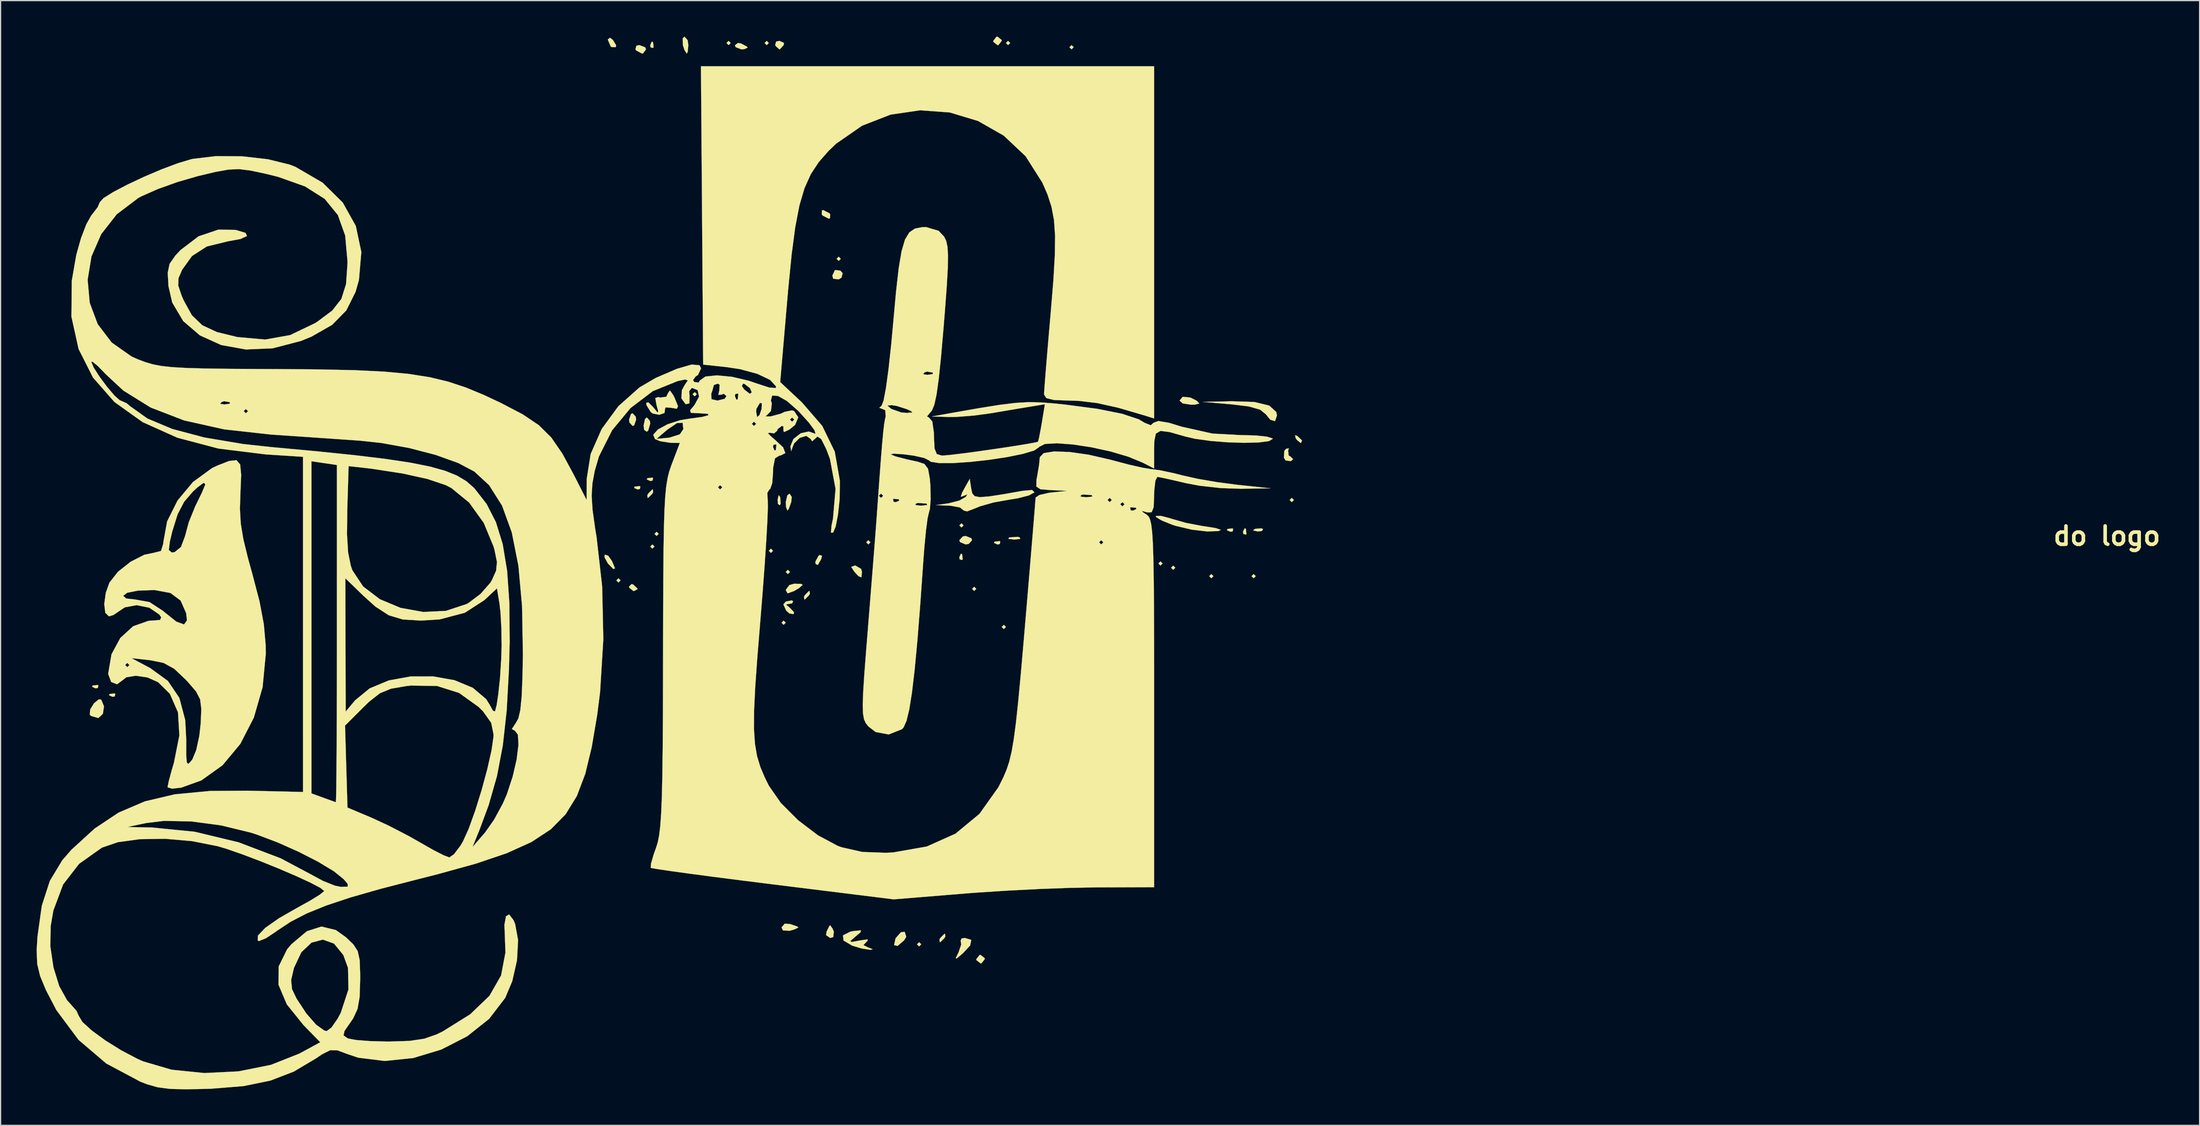
<source format=kicad_pcb>
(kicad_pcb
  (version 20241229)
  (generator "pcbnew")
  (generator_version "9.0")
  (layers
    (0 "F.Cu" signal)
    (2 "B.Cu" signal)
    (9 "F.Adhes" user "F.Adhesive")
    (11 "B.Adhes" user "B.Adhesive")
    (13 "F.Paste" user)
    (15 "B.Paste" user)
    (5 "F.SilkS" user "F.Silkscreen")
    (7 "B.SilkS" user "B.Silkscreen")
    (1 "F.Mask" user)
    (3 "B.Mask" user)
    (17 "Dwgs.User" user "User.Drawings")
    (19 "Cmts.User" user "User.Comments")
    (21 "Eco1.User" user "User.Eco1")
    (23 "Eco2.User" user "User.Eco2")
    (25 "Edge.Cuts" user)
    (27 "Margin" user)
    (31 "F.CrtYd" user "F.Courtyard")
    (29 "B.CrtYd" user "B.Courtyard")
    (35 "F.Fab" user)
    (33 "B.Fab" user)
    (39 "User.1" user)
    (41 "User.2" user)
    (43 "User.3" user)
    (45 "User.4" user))
  (footprint "do logo"
    (layer "F.Cu")
    (at 172.479 41.633)
    (property "Reference" "do logo" (at 0 0 0) (layer "F.SilkS") (effects (font (size 1.524 1.524) (thickness 0.3))))
    (attr through_hole)
    (fp_poly (pts (xy -123.825 3.704) (xy -124.001 3.881) (xy -124.178 3.704) (xy -124.001 3.528) (xy -123.825 3.704)) (stroke (width 0.01) (type solid)) (fill yes) (layer "F.SilkS"))
    (fp_poly (pts (xy -121.003 0.882) (xy -121.179 1.058) (xy -121.356 0.882) (xy -121.179 0.706) (xy -121.003 0.882)) (stroke (width 0.01) (type solid)) (fill yes) (layer "F.SilkS"))
    (fp_poly (pts (xy -120.65 -0.176) (xy -120.826 0) (xy -121.003 -0.176) (xy -120.826 -0.353) (xy -120.65 -0.176)) (stroke (width 0.01) (type solid)) (fill yes) (layer "F.SilkS"))
    (fp_poly (pts (xy -117.475 -11.818) (xy -117.651 -11.642) (xy -117.828 -11.818) (xy -117.651 -11.994) (xy -117.475 -11.818)) (stroke (width 0.01) (type solid)) (fill yes) (layer "F.SilkS"))
    (fp_poly (pts (xy -114.653 -41.099) (xy -114.829 -40.922) (xy -115.006 -41.099) (xy -114.829 -41.275) (xy -114.653 -41.099)) (stroke (width 0.01) (type solid)) (fill yes) (layer "F.SilkS"))
    (fp_poly (pts (xy -111.478 -41.099) (xy -111.654 -40.922) (xy -111.831 -41.099) (xy -111.654 -41.275) (xy -111.478 -41.099)) (stroke (width 0.01) (type solid)) (fill yes) (layer "F.SilkS"))
    (fp_poly (pts (xy -111.125 1.235) (xy -111.301 1.411) (xy -111.478 1.235) (xy -111.301 1.058) (xy -111.125 1.235)) (stroke (width 0.01) (type solid)) (fill yes) (layer "F.SilkS"))
    (fp_poly (pts (xy -110.067 7.232) (xy -110.243 7.408) (xy -110.419 7.232) (xy -110.243 7.056) (xy -110.067 7.232)) (stroke (width 0.01) (type solid)) (fill yes) (layer "F.SilkS"))
    (fp_poly (pts (xy -109.714 2.999) (xy -109.89 3.175) (xy -110.067 2.999) (xy -109.89 2.822) (xy -109.714 2.999)) (stroke (width 0.01) (type solid)) (fill yes) (layer "F.SilkS"))
    (fp_poly (pts (xy -105.481 -23.107) (xy -105.657 -22.931) (xy -105.833 -23.107) (xy -105.657 -23.283) (xy -105.481 -23.107)) (stroke (width 0.01) (type solid)) (fill yes) (layer "F.SilkS"))
    (fp_poly (pts (xy -103.011 0.529) (xy -103.188 0.706) (xy -103.364 0.529) (xy -103.188 0.353) (xy -103.011 0.529)) (stroke (width 0.01) (type solid)) (fill yes) (layer "F.SilkS"))
    (fp_poly (pts (xy -98.778 34.043) (xy -98.954 34.219) (xy -99.131 34.043) (xy -98.954 33.867) (xy -98.778 34.043)) (stroke (width 0.01) (type solid)) (fill yes) (layer "F.SilkS"))
    (fp_poly (pts (xy -95.25 -0.882) (xy -95.426 -0.706) (xy -95.603 -0.882) (xy -95.426 -1.058) (xy -95.25 -0.882)) (stroke (width 0.01) (type solid)) (fill yes) (layer "F.SilkS"))
    (fp_poly (pts (xy -94.192 4.41) (xy -94.368 4.586) (xy -94.544 4.41) (xy -94.368 4.233) (xy -94.192 4.41)) (stroke (width 0.01) (type solid)) (fill yes) (layer "F.SilkS"))
    (fp_poly (pts (xy -91.722 7.585) (xy -91.899 7.761) (xy -92.075 7.585) (xy -91.899 7.408) (xy -91.722 7.585)) (stroke (width 0.01) (type solid)) (fill yes) (layer "F.SilkS"))
    (fp_poly (pts (xy -91.369 -41.099) (xy -91.546 -40.922) (xy -91.722 -41.099) (xy -91.546 -41.275) (xy -91.369 -41.099)) (stroke (width 0.01) (type solid)) (fill yes) (layer "F.SilkS"))
    (fp_poly (pts (xy -86.078 -40.746) (xy -86.254 -40.569) (xy -86.431 -40.746) (xy -86.254 -40.922) (xy -86.078 -40.746)) (stroke (width 0.01) (type solid)) (fill yes) (layer "F.SilkS"))
    (fp_poly (pts (xy -78.669 2.293) (xy -78.846 2.469) (xy -79.022 2.293) (xy -78.846 2.117) (xy -78.669 2.293)) (stroke (width 0.01) (type solid)) (fill yes) (layer "F.SilkS"))
    (fp_poly (pts (xy -77.611 2.646) (xy -77.787 2.822) (xy -77.964 2.646) (xy -77.787 2.469) (xy -77.611 2.646)) (stroke (width 0.01) (type solid)) (fill yes) (layer "F.SilkS"))
    (fp_poly (pts (xy -74.436 3.351) (xy -74.612 3.528) (xy -74.789 3.351) (xy -74.612 3.175) (xy -74.436 3.351)) (stroke (width 0.01) (type solid)) (fill yes) (layer "F.SilkS"))
    (fp_poly (pts (xy -70.908 3.351) (xy -71.085 3.528) (xy -71.261 3.351) (xy -71.085 3.175) (xy -70.908 3.351)) (stroke (width 0.01) (type solid)) (fill yes) (layer "F.SilkS"))
    (fp_poly (pts (xy -67.733 -2.999) (xy -67.91 -2.822) (xy -68.086 -2.999) (xy -67.91 -3.175) (xy -67.733 -2.999)) (stroke (width 0.01) (type solid)) (fill yes) (layer "F.SilkS"))
    (fp_poly (pts (xy -167.334 12.465) (xy -167.383 12.675) (xy -167.569 12.7) (xy -167.86 12.571) (xy -167.805 12.465) (xy -167.386 12.423) (xy -167.334 12.465)) (stroke (width 0.01) (type solid)) (fill yes) (layer "F.SilkS"))
    (fp_poly (pts (xy -165.923 13.17) (xy -165.972 13.38) (xy -166.158 13.406) (xy -166.449 13.276) (xy -166.394 13.17) (xy -165.975 13.128) (xy -165.923 13.17)) (stroke (width 0.01) (type solid)) (fill yes) (layer "F.SilkS"))
    (fp_poly (pts (xy -122.179 -4.116) (xy -122.227 -3.906) (xy -122.414 -3.881) (xy -122.704 -4.01) (xy -122.649 -4.116) (xy -122.23 -4.158) (xy -122.179 -4.116)) (stroke (width 0.01) (type solid)) (fill yes) (layer "F.SilkS"))
    (fp_poly (pts (xy -121.12 -41.157) (xy -121.078 -40.739) (xy -121.12 -40.687) (xy -121.33 -40.735) (xy -121.356 -40.922) (xy -121.226 -41.213) (xy -121.12 -41.157)) (stroke (width 0.01) (type solid)) (fill yes) (layer "F.SilkS"))
    (fp_poly (pts (xy -121.12 -4.821) (xy -121.169 -4.612) (xy -121.356 -4.586) (xy -121.646 -4.715) (xy -121.591 -4.821) (xy -121.172 -4.864) (xy -121.12 -4.821)) (stroke (width 0.01) (type solid)) (fill yes) (layer "F.SilkS"))
    (fp_poly (pts (xy -110.531 -3.241) (xy -110.489 -2.69) (xy -110.559 -2.565) (xy -110.719 -2.67) (xy -110.744 -3.028) (xy -110.658 -3.404) (xy -110.531 -3.241)) (stroke (width 0.01) (type solid)) (fill yes) (layer "F.SilkS"))
    (fp_poly (pts (xy -95.368 1.529) (xy -95.325 1.947) (xy -95.368 1.999) (xy -95.577 1.951) (xy -95.603 1.764) (xy -95.474 1.474) (xy -95.368 1.529)) (stroke (width 0.01) (type solid)) (fill yes) (layer "F.SilkS"))
    (fp_poly (pts (xy -92.193 0.47) (xy -92.241 0.68) (xy -92.428 0.706) (xy -92.718 0.576) (xy -92.663 0.47) (xy -92.244 0.428) (xy -92.193 0.47)) (stroke (width 0.01) (type solid)) (fill yes) (layer "F.SilkS"))
    (fp_poly (pts (xy -90.576 0.119) (xy -90.531 0.248) (xy -91.017 0.297) (xy -91.517 0.242) (xy -91.458 0.119) (xy -90.735 0.073) (xy -90.576 0.119)) (stroke (width 0.01) (type solid)) (fill yes) (layer "F.SilkS"))
    (fp_poly (pts (xy -72.79 -0.588) (xy -72.838 -0.378) (xy -73.025 -0.353) (xy -73.315 -0.482) (xy -73.26 -0.588) (xy -72.842 -0.63) (xy -72.79 -0.588)) (stroke (width 0.01) (type solid)) (fill yes) (layer "F.SilkS"))
    (fp_poly (pts (xy -71.731 -0.588) (xy -71.689 -0.169) (xy -71.731 -0.118) (xy -71.941 -0.166) (xy -71.967 -0.353) (xy -71.838 -0.643) (xy -71.731 -0.588)) (stroke (width 0.01) (type solid)) (fill yes) (layer "F.SilkS"))
    (fp_poly (pts (xy -70.298 -0.566) (xy -70.404 -0.406) (xy -70.761 -0.381) (xy -71.138 -0.467) (xy -70.974 -0.594) (xy -70.423 -0.636) (xy -70.298 -0.566)) (stroke (width 0.01) (type solid)) (fill yes) (layer "F.SilkS"))
    (fp_poly (pts (xy -124.849 1.658) (xy -124.547 2.086) (xy -124.288 2.702) (xy -124.437 2.751) (xy -124.89 2.285) (xy -125.171 1.76) (xy -125.139 1.549) (xy -124.849 1.658)) (stroke (width 0.01) (type solid)) (fill yes) (layer "F.SilkS"))
    (fp_poly (pts (xy -107.048 1.647) (xy -107.11 1.922) (xy -107.395 2.419) (xy -107.579 2.335) (xy -107.597 2.137) (xy -107.341 1.659) (xy -107.248 1.59) (xy -107.048 1.647)) (stroke (width 0.01) (type solid)) (fill yes) (layer "F.SilkS"))
    (fp_poly (pts (xy -105.516 -22.121) (xy -105.327 -21.909) (xy -105.421 -21.536) (xy -105.659 -21.391) (xy -106.113 -21.447) (xy -106.186 -21.707) (xy -105.965 -22.173) (xy -105.516 -22.121)) (stroke (width 0.01) (type solid)) (fill yes) (layer "F.SilkS"))
    (fp_poly (pts (xy -67.435 -8.324) (xy -67.056 -7.969) (xy -67.134 -7.765) (xy -67.183 -7.761) (xy -67.482 -8.012) (xy -67.591 -8.168) (xy -67.632 -8.41) (xy -67.435 -8.324)) (stroke (width 0.01) (type solid)) (fill yes) (layer "F.SilkS"))
    (fp_poly (pts (xy -124.466 -41.351) (xy -124.196 -40.902) (xy -124.231 -40.752) (xy -124.599 -40.763) (xy -124.648 -40.805) (xy -124.881 -41.348) (xy -124.883 -41.404) (xy -124.704 -41.536) (xy -124.466 -41.351)) (stroke (width 0.01) (type solid)) (fill yes) (layer "F.SilkS"))
    (fp_poly (pts (xy -122.767 4.057) (xy -122.43 4.374) (xy -122.414 4.431) (xy -122.687 4.582) (xy -122.767 4.586) (xy -123.106 4.315) (xy -123.119 4.213) (xy -122.903 4.002) (xy -122.767 4.057)) (stroke (width 0.01) (type solid)) (fill yes) (layer "F.SilkS"))
    (fp_poly (pts (xy -122.564 -9.944) (xy -122.531 -9.701) (xy -122.691 -9.231) (xy -122.825 -9.172) (xy -123.087 -9.459) (xy -123.119 -9.701) (xy -122.96 -10.171) (xy -122.825 -10.231) (xy -122.564 -9.944)) (stroke (width 0.01) (type solid)) (fill yes) (layer "F.SilkS"))
    (fp_poly (pts (xy -121.776 -40.738) (xy -121.708 -40.569) (xy -121.962 -40.227) (xy -122.04 -40.217) (xy -122.518 -40.473) (xy -122.59 -40.569) (xy -122.51 -40.871) (xy -122.258 -40.922) (xy -121.776 -40.738)) (stroke (width 0.01) (type solid)) (fill yes) (layer "F.SilkS"))
    (fp_poly (pts (xy -121.384 -9.592) (xy -121.356 -9.369) (xy -121.522 -8.801) (xy -121.633 -8.69) (xy -121.857 -8.832) (xy -121.91 -9.198) (xy -121.79 -9.758) (xy -121.633 -9.878) (xy -121.384 -9.592)) (stroke (width 0.01) (type solid)) (fill yes) (layer "F.SilkS"))
    (fp_poly (pts (xy -121.113 -3.653) (xy -121.179 -3.528) (xy -121.512 -3.191) (xy -121.574 -3.175) (xy -121.598 -3.403) (xy -121.532 -3.528) (xy -121.2 -3.865) (xy -121.138 -3.881) (xy -121.113 -3.653)) (stroke (width 0.01) (type solid)) (fill yes) (layer "F.SilkS"))
    (fp_poly (pts (xy -118.24 -41.332) (xy -118.181 -40.922) (xy -118.237 -40.348) (xy -118.316 -40.217) (xy -118.501 -40.508) (xy -118.636 -40.922) (xy -118.655 -41.485) (xy -118.5 -41.628) (xy -118.24 -41.332)) (stroke (width 0.01) (type solid)) (fill yes) (layer "F.SilkS"))
    (fp_poly (pts (xy -113.771 -41.05) (xy -113.307 -40.799) (xy -113.242 -40.708) (xy -113.53 -40.585) (xy -113.771 -40.569) (xy -114.24 -40.754) (xy -114.3 -40.911) (xy -114.041 -41.105) (xy -113.771 -41.05)) (stroke (width 0.01) (type solid)) (fill yes) (layer "F.SilkS"))
    (fp_poly (pts (xy -110.215 -41.109) (xy -110.243 -40.922) (xy -110.545 -40.586) (xy -110.596 -40.569) (xy -110.876 -40.815) (xy -110.949 -40.922) (xy -110.865 -41.221) (xy -110.596 -41.275) (xy -110.215 -41.109)) (stroke (width 0.01) (type solid)) (fill yes) (layer "F.SilkS"))
    (fp_poly (pts (xy -109.714 32.353) (xy -109.145 32.541) (xy -109.008 32.632) (xy -109.298 32.784) (xy -109.714 32.911) (xy -110.3 32.887) (xy -110.419 32.632) (xy -110.15 32.318) (xy -109.714 32.353)) (stroke (width 0.01) (type solid)) (fill yes) (layer "F.SilkS"))
    (fp_poly (pts (xy -109.565 -3.247) (xy -109.612 -2.822) (xy -109.816 -2.252) (xy -109.931 -2.117) (xy -110.041 -2.414) (xy -110.067 -2.822) (xy -109.933 -3.396) (xy -109.747 -3.528) (xy -109.565 -3.247)) (stroke (width 0.01) (type solid)) (fill yes) (layer "F.SilkS"))
    (fp_poly (pts (xy -108.061 4.814) (xy -108.126 4.939) (xy -108.459 5.276) (xy -108.521 5.292) (xy -108.545 5.064) (xy -108.479 4.939) (xy -108.147 4.602) (xy -108.085 4.586) (xy -108.061 4.814)) (stroke (width 0.01) (type solid)) (fill yes) (layer "F.SilkS"))
    (fp_poly (pts (xy -106.435 -26.906) (xy -106.362 -26.811) (xy -106.379 -26.486) (xy -106.497 -26.458) (xy -106.996 -26.716) (xy -107.068 -26.811) (xy -107.052 -27.137) (xy -106.933 -27.164) (xy -106.435 -26.906)) (stroke (width 0.01) (type solid)) (fill yes) (layer "F.SilkS"))
    (fp_poly (pts (xy -106.169 32.73) (xy -106.059 32.985) (xy -106.111 33.44) (xy -106.362 33.514) (xy -106.708 33.277) (xy -106.666 32.985) (xy -106.436 32.521) (xy -106.362 32.456) (xy -106.169 32.73)) (stroke (width 0.01) (type solid)) (fill yes) (layer "F.SilkS"))
    (fp_poly (pts (xy -103.783 2.746) (xy -103.717 2.999) (xy -103.764 3.45) (xy -104.004 3.356) (xy -104.348 2.985) (xy -104.614 2.578) (xy -104.318 2.47) (xy -104.26 2.469) (xy -103.783 2.746)) (stroke (width 0.01) (type solid)) (fill yes) (layer "F.SilkS"))
    (fp_poly (pts (xy -100.027 33.416) (xy -100.215 33.722) (xy -100.749 34.175) (xy -101.04 34.111) (xy -100.929 33.582) (xy -100.889 33.504) (xy -100.465 33.031) (xy -100.154 33.006) (xy -100.027 33.416)) (stroke (width 0.01) (type solid)) (fill yes) (layer "F.SilkS"))
    (fp_poly (pts (xy -96.772 33.389) (xy -96.838 33.514) (xy -97.17 33.851) (xy -97.232 33.867) (xy -97.256 33.639) (xy -97.19 33.514) (xy -96.858 33.177) (xy -96.796 33.161) (xy -96.772 33.389)) (stroke (width 0.01) (type solid)) (fill yes) (layer "F.SilkS"))
    (fp_poly (pts (xy -94.604 0.19) (xy -94.544 0.353) (xy -94.83 0.666) (xy -95.074 0.706) (xy -95.543 0.515) (xy -95.603 0.353) (xy -95.317 0.04) (xy -95.074 0) (xy -94.604 0.19)) (stroke (width 0.01) (type solid)) (fill yes) (layer "F.SilkS"))
    (fp_poly (pts (xy -93.496 35.193) (xy -93.486 35.278) (xy -93.755 35.62) (xy -93.839 35.631) (xy -94.181 35.362) (xy -94.192 35.278) (xy -93.923 34.935) (xy -93.839 34.925) (xy -93.496 35.193)) (stroke (width 0.01) (type solid)) (fill yes) (layer "F.SilkS"))
    (fp_poly (pts (xy -92.085 -41.359) (xy -92.075 -41.275) (xy -92.343 -40.932) (xy -92.428 -40.922) (xy -92.77 -41.191) (xy -92.781 -41.275) (xy -92.512 -41.618) (xy -92.428 -41.628) (xy -92.085 -41.359)) (stroke (width 0.01) (type solid)) (fill yes) (layer "F.SilkS"))
    (fp_poly (pts (xy -76.369 -11.543) (xy -75.847 -11.289) (xy -75.609 -11.044) (xy -75.979 -10.949) (xy -76.288 -10.942) (xy -76.992 -11.048) (xy -77.258 -11.289) (xy -76.997 -11.602) (xy -76.369 -11.543)) (stroke (width 0.01) (type solid)) (fill yes) (layer "F.SilkS"))
    (fp_poly (pts (xy -108.788 3.994) (xy -108.656 4.066) (xy -108.925 4.322) (xy -109.361 4.586) (xy -109.911 4.785) (xy -110.067 4.515) (xy -110.067 4.497) (xy -109.77 4.095) (xy -109.361 3.978) (xy -108.788 3.994)) (stroke (width 0.01) (type solid)) (fill yes) (layer "F.SilkS"))
    (fp_poly (pts (xy -167.094 13.646) (xy -166.863 14.209) (xy -166.96 14.833) (xy -167.321 15.166) (xy -167.372 15.169) (xy -167.937 15.008) (xy -168.047 14.901) (xy -168.017 14.467) (xy -167.699 13.948) (xy -167.3 13.621) (xy -167.094 13.646)) (stroke (width 0.01) (type solid)) (fill yes) (layer "F.SilkS"))
    (fp_poly (pts (xy -94.61 33.676) (xy -94.706 34.141) (xy -95.301 34.782) (xy -95.824 35.229) (xy -95.905 35.188) (xy -95.667 34.707) (xy -95.446 34.049) (xy -95.498 33.737) (xy -95.414 33.549) (xy -95.132 33.514) (xy -94.61 33.676)) (stroke (width 0.01) (type solid)) (fill yes) (layer "F.SilkS"))
    (fp_poly (pts (xy -68.21 -7.14) (xy -68.17 -6.712) (xy -68.017 -6.621) (xy -67.795 -6.403) (xy -67.978 -6.24) (xy -68.413 -6.292) (xy -68.563 -6.517) (xy -68.529 -7.102) (xy -68.369 -7.275) (xy -68.141 -7.3) (xy -68.21 -7.14)) (stroke (width 0.01) (type solid)) (fill yes) (layer "F.SilkS"))
    (fp_poly (pts (xy -71.021 -11.169) (xy -69.786 -10.87) (xy -69.199 -10.335) (xy -69.144 -10.042) (xy -69.305 -9.571) (xy -69.702 -9.692) (xy -70.066 -10.142) (xy -70.545 -10.53) (xy -71.485 -10.797) (xy -72.887 -10.969) (xy -75.318 -11.178) (xy -72.914 -11.233) (xy -71.021 -11.169)) (stroke (width 0.01) (type solid)) (fill yes) (layer "F.SilkS"))
    (fp_poly (pts (xy -109.455 5.433) (xy -109.533 5.622) (xy -109.743 5.65) (xy -110.053 5.713) (xy -109.742 5.972) (xy -109.724 5.983) (xy -109.381 6.356) (xy -109.409 6.516) (xy -109.765 6.461) (xy -110.034 6.214) (xy -110.264 5.706) (xy -110.06 5.464) (xy -109.563 5.371) (xy -109.455 5.433)) (stroke (width 0.01) (type solid)) (fill yes) (layer "F.SilkS"))
    (fp_poly (pts (xy -78.032 -1.473) (xy -77.894 -1.425) (xy -76.724 -1.092) (xy -75.434 -0.844) (xy -75.322 -0.829) (xy -74.249 -0.658) (xy -73.813 -0.508) (xy -74.033 -0.406) (xy -74.931 -0.379) (xy -74.995 -0.381) (xy -76.241 -0.525) (xy -77.6 -0.849) (xy -77.898 -0.947) (xy -78.759 -1.298) (xy -79.217 -1.58) (xy -79.239 -1.665) (xy -78.821 -1.678) (xy -78.032 -1.473)) (stroke (width 0.01) (type solid)) (fill yes) (layer "F.SilkS"))
    (fp_poly (pts (xy -103.839 33.044) (xy -104.246 33.384) (xy -104.685 33.766) (xy -104.578 33.852) (xy -103.893 33.721) (xy -103.246 33.629) (xy -103.262 33.775) (xy -103.327 33.82) (xy -103.594 34.108) (xy -103.212 34.303) (xy -103.151 34.319) (xy -102.821 34.457) (xy -103.011 34.503) (xy -103.719 34.397) (xy -104.528 34.156) (xy -105.254 33.726) (xy -105.299 33.296) (xy -104.675 32.982) (xy -104.404 32.933) (xy -103.806 32.878) (xy -103.839 33.044)) (stroke (width 0.01) (type solid)) (fill yes) (layer "F.SilkS"))
    (fp_poly (pts (xy -119.425 -11.722) (xy -119.314 -11.488) (xy -119.042 -10.812) (xy -119.141 -10.604) (xy -119.579 -10.682) (xy -120.075 -10.723) (xy -120.123 -10.587) (xy -120.168 -10.251) (xy -120.608 -10.102) (xy -121.143 -10.206) (xy -121.313 -10.329) (xy -121.663 -10.895) (xy -121.697 -11.095) (xy -121.513 -11.141) (xy -121.131 -10.76) (xy -120.738 -10.288) (xy -120.692 -10.414) (xy -120.831 -10.901) (xy -120.937 -11.497) (xy -120.68 -11.586) (xy -120.536 -11.538) (xy -120.016 -11.607) (xy -119.878 -11.905) (xy -119.719 -12.135) (xy -119.425 -11.722)) (stroke (width 0.01) (type solid)) (fill yes) (layer "F.SilkS"))
    (fp_poly (pts (xy -94.611 -3.928) (xy -94.526 -3.549) (xy -94.329 -3.32) (xy -93.9 -3.237) (xy -93.119 -3.297) (xy -91.865 -3.493) (xy -90.348 -3.762) (xy -89.542 -3.833) (xy -89.356 -3.651) (xy -89.374 -3.618) (xy -89.824 -3.375) (xy -90.741 -3.14) (xy -91.477 -3.022) (xy -92.753 -2.793) (xy -93.885 -2.472) (xy -94.304 -2.297) (xy -94.959 -2.05) (xy -95.249 -2.124) (xy -95.25 -2.138) (xy -95.559 -2.378) (xy -96.312 -2.517) (xy -96.397 -2.522) (xy -97.543 -2.575) (xy -96.485 -2.726) (xy -95.61 -2.952) (xy -95.074 -3.254) (xy -94.933 -3.479) (xy -95.197 -3.361) (xy -95.485 -3.261) (xy -95.388 -3.586) (xy -95.205 -3.926) (xy -94.736 -4.763) (xy -94.611 -3.928)) (stroke (width 0.01) (type solid)) (fill yes) (layer "F.SilkS"))
    (fp_poly (pts (xy -155.519 -5.962) (xy -155.437 -5.091) (xy -155.497 -3.614) (xy -155.54 -2.257) (xy -155.471 -1.042) (xy -155.258 0.253) (xy -154.869 1.849) (xy -154.514 3.13) (xy -153.908 5.449) (xy -153.549 7.353) (xy -153.397 9.073) (xy -153.385 9.831) (xy -153.65 12.603) (xy -154.377 15.135) (xy -155.508 17.336) (xy -156.987 19.114) (xy -158.756 20.38) (xy -160.426 20.98) (xy -161.195 21.067) (xy -161.563 20.958) (xy -161.568 20.93) (xy -161.471 20.448) (xy -161.226 19.538) (xy -161.039 18.906) (xy -160.586 16.632) (xy -160.701 14.706) (xy -161.375 13.16) (xy -162.354 12.192) (xy -163.235 11.796) (xy -164.214 11.652) (xy -165.007 11.78) (xy -165.276 11.994) (xy -165.776 12.365) (xy -166.267 12.173) (xy -166.51 11.523) (xy -166.511 11.454) (xy -166.393 10.76) (xy -165.1 10.76) (xy -164.924 10.936) (xy -164.747 10.76) (xy -164.924 10.583) (xy -165.1 10.76) (xy -166.393 10.76) (xy -166.295 10.186) (xy -164.571 10.186) (xy -163.011 11.016) (xy -161.541 12.085) (xy -160.585 13.5) (xy -160.097 15.348) (xy -160.011 17.012) (xy -160.015 18.247) (xy -159.967 18.878) (xy -159.835 19.007) (xy -159.585 18.736) (xy -159.494 18.607) (xy -159.178 17.841) (xy -158.923 16.66) (xy -158.81 15.646) (xy -158.758 14.418) (xy -158.857 13.614) (xy -159.202 12.954) (xy -159.888 12.159) (xy -160.035 12.001) (xy -161.01 11.076) (xy -161.902 10.584) (xy -162.984 10.363) (xy -164.571 10.186) (xy -166.295 10.186) (xy -166.24 9.862) (xy -165.508 8.504) (xy -164.436 7.524) (xy -163.146 7.07) (xy -162.862 7.056) (xy -162.186 7) (xy -162.102 6.771) (xy -162.259 6.549) (xy -163.088 5.982) (xy -164.15 5.768) (xy -165.123 5.948) (xy -165.416 6.14) (xy -166.067 6.584) (xy -166.451 6.703) (xy -166.757 6.407) (xy -166.844 5.672) (xy -166.751 4.991) (xy -165.267 4.991) (xy -165.013 5.214) (xy -164.294 5.292) (xy -163.076 5.509) (xy -161.944 6.249) (xy -161.842 6.34) (xy -160.828 7.145) (xy -160.194 7.376) (xy -159.951 7.032) (xy -160.02 6.438) (xy -160.482 5.383) (xy -161.33 4.754) (xy -162.653 4.509) (xy -164.042 4.555) (xy -164.931 4.734) (xy -165.267 4.991) (xy -166.751 4.991) (xy -166.715 4.732) (xy -166.413 3.891) (xy -165.7 2.98) (xy -164.639 2.143) (xy -163.502 1.565) (xy -162.755 1.411) (xy -162.118 1.25) (xy -162.092 1.169) (xy -161.464 1.169) (xy -161.226 1.375) (xy -160.983 1.349) (xy -160.452 0.916) (xy -160.122 0.041) (xy -159.801 -1.149) (xy -159.266 -2.469) (xy -158.709 -3.611) (xy -158.422 -4.303) (xy -158.552 -4.44) (xy -159.11 -4.025) (xy -159.447 -3.712) (xy -160.184 -2.858) (xy -160.73 -1.811) (xy -161.181 -0.362) (xy -161.378 0.47) (xy -161.464 1.169) (xy -162.092 1.169) (xy -161.927 0.64) (xy -161.925 0.536) (xy -161.606 -1.217) (xy -160.737 -2.959) (xy -159.452 -4.499) (xy -157.883 -5.648) (xy -157.438 -5.863) (xy -156.439 -6.254) (xy -155.826 -6.319) (xy -155.519 -5.962)) (stroke (width 0.01) (type solid)) (fill yes) (layer "F.SilkS"))
    (fp_poly (pts (xy -97.335 -25.444) (xy -96.874 -24.959) (xy -96.7 -24.602) (xy -96.591 -24.105) (xy -96.547 -23.364) (xy -96.569 -22.278) (xy -96.658 -20.744) (xy -96.814 -18.658) (xy -96.91 -17.462) (xy -97.125 -14.978) (xy -97.318 -13.116) (xy -97.502 -11.795) (xy -97.69 -10.933) (xy -97.894 -10.447) (xy -98.008 -10.319) (xy -98.3 -9.965) (xy -98.14 -9.878) (xy -97.858 -9.547) (xy -97.726 -8.623) (xy -97.719 -8.29) (xy -97.673 -7.299) (xy -97.482 -6.829) (xy -97.065 -6.703) (xy -97.012 -6.703) (xy -96.426 -6.75) (xy -95.379 -6.876) (xy -94.043 -7.055) (xy -92.591 -7.262) (xy -91.194 -7.472) (xy -90.025 -7.66) (xy -89.256 -7.801) (xy -89.047 -7.86) (xy -88.955 -8.222) (xy -88.8 -9.042) (xy -88.729 -9.459) (xy -88.478 -10.981) (xy -89.659 -10.788) (xy -90.677 -10.619) (xy -92.028 -10.391) (xy -92.934 -10.236) (xy -94.366 -10.041) (xy -95.771 -9.93) (xy -96.461 -9.919) (xy -97.896 -9.961) (xy -96.132 -10.276) (xy -93.93 -10.663) (xy -92.259 -10.93) (xy -90.96 -11.091) (xy -89.869 -11.156) (xy -88.826 -11.137) (xy -87.669 -11.046) (xy -86.783 -10.954) (xy -84.111 -10.601) (xy -82.062 -10.192) (xy -80.668 -9.732) (xy -80.142 -9.423) (xy -79.65 -9.232) (xy -79.432 -9.433) (xy -79.024 -9.585) (xy -78.124 -9.432) (xy -77.077 -9.11) (xy -74.52 -8.537) (xy -72.231 -8.413) (xy -70.944 -8.381) (xy -69.982 -8.282) (xy -69.516 -8.135) (xy -69.497 -8.095) (xy -69.819 -7.904) (xy -70.671 -7.796) (xy -71.883 -7.766) (xy -73.286 -7.811) (xy -74.71 -7.926) (xy -75.985 -8.105) (xy -76.761 -8.286) (xy -78.072 -8.66) (xy -78.849 -8.76) (xy -79.233 -8.53) (xy -79.362 -7.912) (xy -79.375 -7.223) (xy -79.375 -5.626) (xy -80.345 -6.12) (xy -81.555 -6.617) (xy -83.029 -7.05) (xy -84.612 -7.395) (xy -86.15 -7.629) (xy -87.488 -7.729) (xy -88.472 -7.672) (xy -88.948 -7.434) (xy -88.959 -7.407) (xy -89.369 -7.127) (xy -90.309 -6.843) (xy -91.616 -6.577) (xy -93.129 -6.347) (xy -94.685 -6.174) (xy -96.122 -6.076) (xy -97.278 -6.074) (xy -97.99 -6.187) (xy -98.131 -6.298) (xy -98.518 -6.498) (xy -99.392 -6.694) (xy -100.189 -6.803) (xy -101.084 -6.865) (xy -101.322 -6.804) (xy -100.937 -6.638) (xy -99.963 -6.385) (xy -99.077 -6.193) (xy -98.514 -6.004) (xy -98.212 -5.603) (xy -98.065 -4.791) (xy -98.018 -4.21) (xy -97.99 -3.096) (xy -98.055 -2.253) (xy -98.126 -2.003) (xy -98.246 -1.491) (xy -98.384 -0.447) (xy -98.519 0.954) (xy -98.594 1.94) (xy -98.856 5.654) (xy -99.098 8.714) (xy -99.329 11.169) (xy -99.553 13.072) (xy -99.777 14.472) (xy -100.008 15.42) (xy -100.252 15.968) (xy -100.383 16.108) (xy -101.49 16.548) (xy -102.581 16.344) (xy -103.187 15.875) (xy -103.398 15.609) (xy -103.546 15.283) (xy -103.631 14.799) (xy -103.653 14.059) (xy -103.613 12.966) (xy -103.513 11.421) (xy -103.351 9.326) (xy -103.232 7.85) (xy -103.041 5.478) (xy -102.859 3.189) (xy -102.697 1.133) (xy -102.568 -0.538) (xy -102.483 -1.675) (xy -102.477 -1.764) (xy -102.419 -2.574) (xy -99.263 -2.574) (xy -98.778 -2.525) (xy -98.277 -2.581) (xy -98.337 -2.703) (xy -99.059 -2.75) (xy -99.219 -2.703) (xy -99.263 -2.574) (xy -102.419 -2.574) (xy -102.384 -3.057) (xy -101.13 -3.057) (xy -101.081 -2.848) (xy -100.894 -2.822) (xy -100.604 -2.951) (xy -100.659 -3.057) (xy -101.078 -3.1) (xy -101.13 -3.057) (xy -102.384 -3.057) (xy -102.363 -3.351) (xy -102.306 -3.351) (xy -102.129 -3.175) (xy -101.953 -3.351) (xy -102.129 -3.528) (xy -102.306 -3.351) (xy -102.363 -3.351) (xy -102.294 -4.318) (xy -102.15 -6.26) (xy -102.035 -7.684) (xy -101.943 -8.682) (xy -101.865 -9.346) (xy -101.791 -9.77) (xy -101.74 -9.966) (xy -101.779 -10.489) (xy -102.017 -10.589) (xy -102.273 -10.686) (xy -102.083 -10.853) (xy -102.076 -10.874) (xy -101.598 -10.874) (xy -101.337 -10.642) (xy -101.247 -10.583) (xy -100.446 -10.299) (xy -100.013 -10.261) (xy -99.508 -10.294) (xy -99.652 -10.425) (xy -100.013 -10.583) (xy -100.837 -10.844) (xy -101.247 -10.906) (xy -101.598 -10.874) (xy -102.076 -10.874) (xy -101.916 -11.288) (xy -101.718 -12.343) (xy -101.562 -13.49) (xy -98.625 -13.49) (xy -98.278 -13.433) (xy -97.82 -13.498) (xy -97.815 -13.619) (xy -98.287 -13.703) (xy -98.491 -13.647) (xy -98.625 -13.49) (xy -101.562 -13.49) (xy -101.502 -13.932) (xy -101.28 -15.973) (xy -101.113 -17.788) (xy -100.879 -20.364) (xy -100.657 -22.321) (xy -100.418 -23.741) (xy -100.133 -24.709) (xy -99.773 -25.309) (xy -99.31 -25.626) (xy -98.715 -25.743) (xy -98.378 -25.753) (xy -97.335 -25.444)) (stroke (width 0.01) (type solid)) (fill yes) (layer "F.SilkS"))
    (fp_poly (pts (xy -79.375 -9.795) (xy -80.169 -10.045) (xy -82.368 -10.689) (xy -84.131 -11.082) (xy -85.663 -11.264) (xy -86.507 -11.289) (xy -87.723 -11.335) (xy -88.361 -11.495) (xy -88.547 -11.799) (xy -88.547 -11.8) (xy -88.517 -12.305) (xy -88.435 -13.388) (xy -88.309 -14.926) (xy -88.15 -16.797) (xy -87.994 -18.591) (xy -87.774 -21.268) (xy -87.65 -23.368) (xy -87.628 -25.015) (xy -87.718 -26.333) (xy -87.927 -27.446) (xy -88.262 -28.476) (xy -88.69 -29.459) (xy -90.086 -31.659) (xy -91.908 -33.377) (xy -94.049 -34.598) (xy -96.404 -35.307) (xy -98.869 -35.488) (xy -101.338 -35.126) (xy -103.706 -34.203) (xy -105.867 -32.706) (xy -106.49 -32.111) (xy -107.314 -31.171) (xy -107.976 -30.166) (xy -108.504 -28.995) (xy -108.928 -27.554) (xy -109.276 -25.739) (xy -109.578 -23.447) (xy -109.862 -20.576) (xy -109.924 -19.864) (xy -110.53 -12.831) (xy -108.722 -11.14) (xy -107.024 -9.175) (xy -105.982 -7.027) (xy -105.557 -4.599) (xy -105.577 -3.062) (xy -105.712 -1.792) (xy -105.906 -0.792) (xy -106.113 -0.285) (xy -106.3 -0.27) (xy -106.254 -0.86) (xy -106.129 -1.457) (xy -105.918 -3.925) (xy -106.381 -6.414) (xy -106.684 -7.226) (xy -107.112 -8.077) (xy -107.427 -8.292) (xy -107.571 -8.156) (xy -107.867 -7.891) (xy -108.002 -8.094) (xy -108.355 -8.344) (xy -108.902 -8.18) (xy -109.37 -7.718) (xy -109.476 -7.466) (xy -109.608 -7.071) (xy -109.665 -7.372) (xy -109.673 -7.484) (xy -109.429 -8.083) (xy -108.821 -8.56) (xy -108.152 -8.71) (xy -107.943 -8.639) (xy -107.587 -8.513) (xy -107.668 -8.809) (xy -108.131 -9.44) (xy -108.924 -10.319) (xy -109.054 -10.453) (xy -109.962 -11.248) (xy -110.714 -11.675) (xy -111.198 -11.705) (xy -111.304 -11.306) (xy -111.228 -11.048) (xy -111.299 -10.421) (xy -111.515 -10.194) (xy -111.749 -9.969) (xy -111.344 -9.969) (xy -111.301 -9.975) (xy -110.487 -10.192) (xy -110.155 -10.35) (xy -109.546 -10.472) (xy -109.361 -10.407) (xy -109.022 -9.89) (xy -109.288 -9.26) (xy -109.751 -8.878) (xy -110.217 -8.66) (xy -110.259 -8.793) (xy -110.263 -9.137) (xy -110.399 -9.172) (xy -110.755 -8.9) (xy -110.772 -8.782) (xy -111.038 -8.552) (xy -111.39 -8.606) (xy -111.559 -8.574) (xy -111.215 -8.226) (xy -111.037 -8.085) (xy -110.284 -7.39) (xy -110.1 -6.908) (xy -110.505 -6.705) (xy -110.596 -6.703) (xy -110.964 -6.47) (xy -111.115 -5.697) (xy -111.125 -5.292) (xy -111.192 -4.408) (xy -111.361 -3.916) (xy -111.429 -3.881) (xy -111.602 -3.588) (xy -111.57 -3.027) (xy -111.554 -2.454) (xy -111.596 -1.282) (xy -111.689 0.386) (xy -111.825 2.447) (xy -112 4.796) (xy -112.183 7.053) (xy -112.433 10.117) (xy -112.609 12.578) (xy -112.704 14.533) (xy -112.714 16.081) (xy -112.634 17.318) (xy -112.459 18.345) (xy -112.183 19.258) (xy -111.803 20.155) (xy -111.478 20.813) (xy -110.481 22.25) (xy -109.039 23.695) (xy -107.382 24.955) (xy -105.739 25.832) (xy -105.425 25.948) (xy -103.699 26.341) (xy -101.716 26.412) (xy -101.114 26.381) (xy -98.321 25.89) (xy -95.922 24.816) (xy -93.929 23.166) (xy -92.351 20.946) (xy -91.93 20.103) (xy -91.667 19.478) (xy -91.444 18.799) (xy -91.248 17.978) (xy -91.067 16.925) (xy -90.887 15.552) (xy -90.697 13.769) (xy -90.482 11.488) (xy -90.232 8.619) (xy -90.147 7.622) (xy -89.922 4.965) (xy -89.718 2.535) (xy -89.551 0.529) (xy -83.961 0.529) (xy -83.785 0.706) (xy -83.608 0.529) (xy -83.785 0.353) (xy -83.961 0.529) (xy -89.551 0.529) (xy -89.542 0.421) (xy -89.402 -1.288) (xy -89.316 -2.352) (xy -81.374 -2.352) (xy -81.326 -2.142) (xy -81.139 -2.117) (xy -80.849 -2.246) (xy -80.904 -2.352) (xy -81.322 -2.394) (xy -81.374 -2.352) (xy -89.316 -2.352) (xy -89.304 -2.502) (xy -89.293 -2.646) (xy -82.197 -2.646) (xy -82.021 -2.469) (xy -81.844 -2.646) (xy -82.021 -2.822) (xy -82.197 -2.646) (xy -89.293 -2.646) (xy -89.266 -2.999) (xy -83.256 -2.999) (xy -83.079 -2.822) (xy -82.903 -2.999) (xy -83.079 -3.175) (xy -83.256 -2.999) (xy -89.266 -2.999) (xy -89.256 -3.133) (xy -89.253 -3.199) (xy -89.136 -3.28) (xy -85.505 -3.28) (xy -85.019 -3.231) (xy -84.519 -3.286) (xy -84.578 -3.409) (xy -85.301 -3.455) (xy -85.46 -3.409) (xy -85.505 -3.28) (xy -89.136 -3.28) (xy -88.941 -3.416) (xy -88.168 -3.594) (xy -87.93 -3.624) (xy -86.607 -3.762) (xy -87.974 -3.821) (xy -88.851 -3.894) (xy -89.194 -4.126) (xy -89.177 -4.69) (xy -89.12 -4.983) (xy -88.963 -5.915) (xy -88.9 -6.57) (xy -88.582 -6.905) (xy -87.714 -7.047) (xy -86.422 -7.002) (xy -84.832 -6.775) (xy -83.07 -6.372) (xy -82.879 -6.319) (xy -81.521 -5.961) (xy -80.355 -5.694) (xy -79.609 -5.57) (xy -79.551 -5.567) (xy -78.812 -5.466) (xy -77.708 -5.228) (xy -77.035 -5.055) (xy -75.752 -4.767) (xy -74.115 -4.486) (xy -72.476 -4.27) (xy -72.449 -4.267) (xy -69.674 -3.974) (xy -72.143 -3.933) (xy -73.814 -3.992) (xy -75.584 -4.188) (xy -76.729 -4.403) (xy -77.885 -4.674) (xy -78.756 -4.864) (xy -79.11 -4.926) (xy -79.269 -4.619) (xy -79.363 -3.827) (xy -79.375 -3.362) (xy -79.415 -2.395) (xy -79.581 -1.979) (xy -79.94 -1.963) (xy -79.992 -1.978) (xy -80.42 -2.094) (xy -80.249 -1.94) (xy -79.992 -1.773) (xy -79.843 -1.637) (xy -79.72 -1.396) (xy -79.621 -0.987) (xy -79.542 -0.347) (xy -79.482 0.587) (xy -79.439 1.877) (xy -79.409 3.587) (xy -79.39 5.78) (xy -79.379 8.518) (xy -79.375 11.864) (xy -79.375 13.952) (xy -79.375 29.281) (xy -84.226 29.297) (xy -86.371 29.336) (xy -88.941 29.431) (xy -91.66 29.57) (xy -94.25 29.74) (xy -95.074 29.804) (xy -101.071 30.294) (xy -111.125 29.047) (xy -113.706 28.723) (xy -116.051 28.422) (xy -118.072 28.154) (xy -119.678 27.932) (xy -120.782 27.769) (xy -121.294 27.676) (xy -121.318 27.667) (xy -121.288 27.289) (xy -121.05 26.486) (xy -120.883 26.025) (xy -120.737 25.564) (xy -120.617 24.972) (xy -120.521 24.179) (xy -120.446 23.118) (xy -120.388 21.718) (xy -120.347 19.91) (xy -120.318 17.625) (xy -120.3 14.794) (xy -120.29 11.347) (xy -120.288 10.193) (xy -120.281 6.61) (xy -120.27 3.659) (xy -120.25 1.269) (xy -120.218 -0.633) (xy -120.172 -2.119) (xy -120.109 -3.263) (xy -120.032 -4.057) (xy -115.711 -4.057) (xy -115.535 -3.881) (xy -115.358 -4.057) (xy -115.535 -4.233) (xy -115.711 -4.057) (xy -120.032 -4.057) (xy -120.024 -4.135) (xy -119.916 -4.809) (xy -119.78 -5.357) (xy -119.614 -5.852) (xy -119.579 -5.946) (xy -119.023 -7.408) (xy -111.125 -7.408) (xy -110.996 -7.118) (xy -110.89 -7.173) (xy -110.848 -7.592) (xy -110.89 -7.644) (xy -111.1 -7.595) (xy -111.125 -7.408) (xy -119.023 -7.408) (xy -118.889 -7.761) (xy -119.681 -7.767) (xy -120.542 -7.904) (xy -120.961 -8.081) (xy -120.968 -8.098) (xy -120.826 -8.098) (xy -119.771 -8.194) (xy -118.89 -8.472) (xy -118.599 -8.908) (xy -118.649 -9.349) (xy -112.889 -9.349) (xy -112.713 -9.172) (xy -112.536 -9.349) (xy -112.713 -9.525) (xy -112.889 -9.349) (xy -118.649 -9.349) (xy -118.66 -9.437) (xy -119.122 -9.417) (xy -119.946 -8.852) (xy -119.994 -8.811) (xy -120.826 -8.098) (xy -120.968 -8.098) (xy -121.108 -8.442) (xy -120.712 -8.881) (xy -119.919 -9.312) (xy -118.874 -9.649) (xy -118.559 -9.701) (xy -109.714 -9.701) (xy -109.537 -9.525) (xy -109.361 -9.701) (xy -109.537 -9.878) (xy -109.714 -9.701) (xy -118.559 -9.701) (xy -118.073 -9.783) (xy -117.03 -9.924) (xy -116.505 -10.068) (xy -116.556 -10.182) (xy -117.244 -10.23) (xy -117.294 -10.231) (xy -117.972 -10.266) (xy -118.007 -10.386) (xy -112.536 -10.386) (xy -112.452 -9.913) (xy -112.252 -10.084) (xy -112.081 -10.584) (xy -112.058 -11.061) (xy -112.216 -11.092) (xy -112.51 -10.603) (xy -112.536 -10.386) (xy -118.007 -10.386) (xy -118.033 -10.479) (xy -117.672 -10.914) (xy -117.29 -11.616) (xy -117.34 -11.847) (xy -116.278 -11.847) (xy -116.253 -11.401) (xy -115.749 -11.289) (xy -115.156 -11.438) (xy -115.019 -11.642) (xy -114.3 -11.642) (xy -114.171 -11.351) (xy -114.065 -11.406) (xy -114.023 -11.825) (xy -114.065 -11.877) (xy -114.275 -11.828) (xy -114.3 -11.642) (xy -115.019 -11.642) (xy -115.006 -11.662) (xy -115.229 -11.856) (xy -115.418 -11.781) (xy -115.683 -11.764) (xy -115.606 -12.113) (xy -115.579 -12.497) (xy -113.721 -12.497) (xy -113.52 -12.206) (xy -113.057 -11.849) (xy -112.899 -11.974) (xy -113.051 -12.324) (xy -113.509 -12.681) (xy -113.629 -12.7) (xy -113.721 -12.497) (xy -115.579 -12.497) (xy -115.571 -12.602) (xy -115.722 -12.7) (xy -116.057 -12.583) (xy -116.064 -12.552) (xy -116.174 -12.138) (xy -116.278 -11.847) (xy -117.34 -11.847) (xy -117.408 -12.163) (xy -117.89 -12.347) (xy -118.114 -12.068) (xy -118.078 -11.642) (xy -118.094 -11.055) (xy -118.405 -10.982) (xy -118.76 -11.47) (xy -118.724 -12.152) (xy -118.485 -12.587) (xy -118.226 -12.97) (xy -118.447 -13.044) (xy -119.062 -12.917) (xy -121.135 -12.078) (xy -122.998 -10.665) (xy -124.535 -8.806) (xy -125.63 -6.627) (xy -125.982 -5.426) (xy -126.176 -4.37) (xy -126.238 -3.359) (xy -126.162 -2.175) (xy -125.942 -0.6) (xy -125.823 0.127) (xy -125.361 4.212) (xy -125.264 8.606) (xy -125.534 13.012) (xy -125.773 14.907) (xy -126.23 17.606) (xy -126.773 19.844) (xy -127.474 21.687) (xy -128.406 23.202) (xy -129.641 24.456) (xy -131.253 25.516) (xy -133.313 26.449) (xy -135.896 27.322) (xy -139.072 28.201) (xy -140.641 28.599) (xy -143.769 29.405) (xy -146.301 30.127) (xy -148.336 30.803) (xy -149.974 31.469) (xy -151.315 32.162) (xy -152.456 32.918) (xy -152.581 33.012) (xy -153.376 33.539) (xy -153.936 33.765) (xy -154.054 33.742) (xy -154.041 33.313) (xy -153.429 32.67) (xy -152.272 31.859) (xy -150.832 31.035) (xy -149.718 30.417) (xy -148.899 29.911) (xy -148.529 29.616) (xy -148.522 29.596) (xy -148.828 29.343) (xy -149.656 28.907) (xy -150.864 28.349) (xy -152.311 27.728) (xy -153.857 27.103) (xy -155.359 26.533) (xy -156.676 26.078) (xy -157.39 25.865) (xy -159.522 25.442) (xy -161.751 25.247) (xy -163.882 25.277) (xy -165.722 25.531) (xy -167.04 25.985) (xy -168.937 27.331) (xy -170.272 29.058) (xy -171.082 31.224) (xy -171.309 32.544) (xy -171.333 34.221) (xy -171.076 35.959) (xy -170.593 37.529) (xy -169.943 38.705) (xy -169.694 38.975) (xy -169.158 39.586) (xy -168.967 40.007) (xy -168.663 40.517) (xy -167.873 41.236) (xy -166.747 42.058) (xy -165.431 42.878) (xy -164.073 43.593) (xy -163.622 43.795) (xy -161.225 44.498) (xy -158.5 44.774) (xy -155.67 44.635) (xy -152.962 44.092) (xy -150.598 43.157) (xy -150.536 43.124) (xy -148.848 42.208) (xy -150.251 40.771) (xy -151.636 39.046) (xy -152.324 37.42) (xy -152.322 37.029) (xy -151.275 37.029) (xy -151.197 37.786) (xy -150.824 38.564) (xy -150.012 39.801) (xy -149.197 40.738) (xy -148.51 41.232) (xy -148.313 41.275) (xy -147.916 40.983) (xy -147.4 40.242) (xy -147.14 39.753) (xy -146.498 37.799) (xy -146.536 36.007) (xy -146.928 34.932) (xy -147.701 33.984) (xy -148.625 33.651) (xy -149.574 33.901) (xy -150.421 34.702) (xy -151.037 36.005) (xy -151.275 37.029) (xy -152.322 37.029) (xy -152.315 35.892) (xy -151.609 34.457) (xy -151.253 34.037) (xy -149.968 32.953) (xy -148.748 32.561) (xy -147.549 32.853) (xy -146.712 33.45) (xy -146.084 34.055) (xy -145.727 34.611) (xy -145.566 35.345) (xy -145.522 36.483) (xy -145.521 36.983) (xy -145.568 38.441) (xy -145.744 39.44) (xy -146.105 40.22) (xy -146.329 40.545) (xy -146.825 41.265) (xy -146.907 41.635) (xy -146.602 41.857) (xy -146.506 41.898) (xy -145.864 42.02) (xy -144.738 42.108) (xy -143.348 42.147) (xy -143.051 42.147) (xy -141.399 42.094) (xy -140.187 41.912) (xy -139.152 41.553) (xy -138.642 41.303) (xy -136.363 39.88) (xy -134.755 38.341) (xy -133.784 36.638) (xy -133.419 34.723) (xy -133.46 33.612) (xy -133.505 32.409) (xy -133.374 31.702) (xy -133.109 31.552) (xy -132.75 32.023) (xy -132.611 32.346) (xy -132.365 33.697) (xy -132.457 35.376) (xy -132.849 37.11) (xy -133.437 38.507) (xy -134.777 40.256) (xy -136.609 41.713) (xy -138.775 42.821) (xy -141.116 43.526) (xy -143.473 43.769) (xy -145.687 43.494) (xy -146.575 43.194) (xy -147.421 42.882) (xy -148.021 42.871) (xy -148.694 43.209) (xy -149.219 43.564) (xy -151.06 44.657) (xy -153.006 45.406) (xy -155.243 45.864) (xy -157.96 46.083) (xy -158.221 46.092) (xy -160.058 46.131) (xy -161.385 46.095) (xy -162.396 45.961) (xy -163.284 45.709) (xy -163.848 45.489) (xy -166.675 43.979) (xy -168.985 42.01) (xy -170.833 39.527) (xy -171.696 37.872) (xy -172.188 36.683) (xy -172.431 35.675) (xy -172.474 34.53) (xy -172.404 33.379) (xy -172.045 30.819) (xy -171.378 28.757) (xy -170.34 27.031) (xy -169.583 26.162) (xy -167.654 24.398) (xy -167.454 24.264) (xy -164.924 24.264) (xy -162.88 24.303) (xy -159.313 24.657) (xy -155.649 25.539) (xy -152.151 26.87) (xy -149.754 28.143) (xy -148.639 28.746) (xy -147.633 29.15) (xy -147.142 29.253) (xy -146.559 29.232) (xy -146.571 28.996) (xy -146.906 28.604) (xy -147.718 27.949) (xy -149.023 27.162) (xy -150.645 26.331) (xy -152.407 25.546) (xy -154.133 24.893) (xy -154.647 24.728) (xy -157.103 24.13) (xy -159.587 23.797) (xy -161.863 23.753) (xy -163.336 23.93) (xy -164.924 24.264) (xy -167.454 24.264) (xy -165.655 23.065) (xy -163.462 22.125) (xy -160.956 21.535) (xy -160.175 21.461) (xy -149.578 21.461) (xy -148.608 21.815) (xy -147.887 22.077) (xy -147.549 22.197) (xy -147.53 21.863) (xy -147.512 20.898) (xy -147.496 19.377) (xy -147.483 17.373) (xy -147.476 15.809) (xy -146.782 15.809) (xy -146.681 19.226) (xy -146.579 22.643) (xy -144.576 23.486) (xy -143.131 24.156) (xy -141.522 24.989) (xy -140.519 25.557) (xy -139.426 26.181) (xy -138.55 26.627) (xy -138.089 26.798) (xy -137.701 26.525) (xy -137.173 25.824) (xy -136.971 25.488) (xy -136.486 24.421) (xy -135.944 22.917) (xy -135.406 21.186) (xy -134.932 19.439) (xy -134.581 17.884) (xy -134.414 16.731) (xy -134.408 16.553) (xy -134.605 15.582) (xy -135.278 14.63) (xy -135.658 14.251) (xy -137.283 13.085) (xy -139.123 12.504) (xy -141.308 12.472) (xy -141.687 12.514) (xy -142.963 12.736) (xy -143.887 13.118) (xy -144.78 13.821) (xy -145.263 14.29) (xy -146.782 15.809) (xy -147.476 15.809) (xy -147.472 14.963) (xy -147.465 12.22) (xy -147.461 9.219) (xy -147.461 8.154) (xy -147.461 3.529) (xy -146.756 3.529) (xy -146.73 14.64) (xy -145.949 13.704) (xy -144.732 12.705) (xy -143.136 12.042) (xy -141.321 11.711) (xy -139.444 11.707) (xy -137.664 12.023) (xy -136.139 12.656) (xy -135.028 13.598) (xy -134.726 14.078) (xy -134.456 14.578) (xy -134.289 14.619) (xy -134.156 14.116) (xy -134.02 13.229) (xy -133.874 11.87) (xy -133.77 10.239) (xy -133.738 9.172) (xy -133.756 7.737) (xy -133.831 6.389) (xy -133.918 5.624) (xy -134.126 4.369) (xy -135.177 5.35) (xy -136.801 6.401) (xy -138.901 6.956) (xy -140.471 7.054) (xy -141.969 6.962) (xy -143.146 6.609) (xy -144.263 5.881) (xy -145.26 4.98) (xy -146.756 3.529) (xy -147.461 3.529) (xy -147.461 -0.125) (xy -146.619 -0.125) (xy -146.527 1.366) (xy -146.306 2.468) (xy -146.169 2.862) (xy -145.274 4.211) (xy -143.883 5.27) (xy -142.16 5.993) (xy -140.272 6.334) (xy -138.384 6.244) (xy -136.663 5.677) (xy -136.514 5.596) (xy -135.499 4.835) (xy -134.68 3.902) (xy -134.557 3.698) (xy -134.198 2.897) (xy -134.127 2.166) (xy -134.328 1.175) (xy -134.401 0.907) (xy -135.228 -1.094) (xy -136.444 -2.784) (xy -137.919 -3.993) (xy -138.407 -4.244) (xy -139.903 -4.747) (xy -141.97 -5.205) (xy -144.474 -5.592) (xy -145.473 -5.711) (xy -146.484 -5.821) (xy -146.598 -2.159) (xy -146.619 -0.125) (xy -147.461 -0.125) (xy -147.461 -5.917) (xy -148.519 -6.072) (xy -149.578 -6.228) (xy -149.578 21.461) (xy -160.175 21.461) (xy -158.014 21.255) (xy -154.889 21.235) (xy -150.282 21.343) (xy -150.283 7.372) (xy -150.283 -6.598) (xy -153.39 -6.8) (xy -157.324 -7.286) (xy -160.749 -8.19) (xy -163.646 -9.491) (xy -165.997 -11.171) (xy -167.781 -13.207) (xy -168.443 -14.518) (xy -167.922 -14.518) (xy -167.722 -14.034) (xy -167.226 -13.263) (xy -166.592 -12.413) (xy -165.978 -11.692) (xy -165.54 -11.308) (xy -165.476 -11.289) (xy -164.978 -11.065) (xy -164.662 -10.801) (xy -163.244 -9.79) (xy -161.176 -8.922) (xy -158.498 -8.21) (xy -155.253 -7.664) (xy -152.929 -7.412) (xy -149.155 -7.063) (xy -146.016 -6.74) (xy -143.444 -6.43) (xy -141.37 -6.119) (xy -139.727 -5.791) (xy -138.444 -5.434) (xy -137.453 -5.033) (xy -136.687 -4.575) (xy -136.075 -4.045) (xy -135.989 -3.955) (xy -134.986 -2.665) (xy -134.211 -1.147) (xy -133.647 0.682) (xy -133.279 2.904) (xy -133.091 5.603) (xy -133.067 8.861) (xy -133.126 11.113) (xy -133.314 14.54) (xy -133.636 17.45) (xy -134.126 20.024) (xy -134.817 22.443) (xy -135.588 24.518) (xy -136.163 25.929) (xy -135.104 24.702) (xy -134.363 23.646) (xy -133.635 22.3) (xy -133.3 21.527) (xy -132.815 20.051) (xy -132.488 18.633) (xy -132.336 17.424) (xy -132.378 16.572) (xy -132.632 16.229) (xy -132.654 16.228) (xy -132.886 16.093) (xy -132.576 15.622) (xy -132.566 15.61) (xy -132.34 15.203) (xy -132.179 14.506) (xy -132.069 13.412) (xy -132.002 11.815) (xy -131.967 9.878) (xy -132.034 5.866) (xy -132.339 2.485) (xy -132.892 -0.301) (xy -133.703 -2.529) (xy -134.782 -4.236) (xy -136.015 -5.374) (xy -137.37 -6.089) (xy -139.238 -6.759) (xy -141.428 -7.33) (xy -143.747 -7.751) (xy -145.485 -7.939) (xy -146.808 -8.033) (xy -148.607 -8.157) (xy -150.657 -8.298) (xy -152.73 -8.439) (xy -152.929 -8.452) (xy -156.859 -8.888) (xy -160.194 -9.634) (xy -162.198 -10.407) (xy -155.222 -10.407) (xy -155.046 -10.231) (xy -154.869 -10.407) (xy -155.046 -10.583) (xy -155.222 -10.407) (xy -162.198 -10.407) (xy -162.977 -10.708) (xy -163.481 -11.02) (xy -157.186 -11.02) (xy -156.839 -10.964) (xy -156.382 -11.029) (xy -156.376 -11.149) (xy -156.848 -11.233) (xy -157.052 -11.177) (xy -157.186 -11.02) (xy -163.481 -11.02) (xy -165.256 -12.124) (xy -166.706 -13.473) (xy -167.384 -14.172) (xy -167.825 -14.528) (xy -167.922 -14.518) (xy -168.443 -14.518) (xy -168.981 -15.582) (xy -169.577 -18.275) (xy -169.551 -21.266) (xy -169.172 -23.444) (xy -168.784 -24.817) (xy -168.335 -25.992) (xy -167.919 -26.732) (xy -167.888 -26.767) (xy -167.393 -27.408) (xy -167.217 -27.824) (xy -166.911 -28.162) (xy -166.094 -28.675) (xy -164.917 -29.292) (xy -163.529 -29.944) (xy -162.081 -30.561) (xy -160.725 -31.071) (xy -159.609 -31.406) (xy -159.469 -31.437) (xy -157.531 -31.668) (xy -155.355 -31.651) (xy -153.219 -31.409) (xy -151.398 -30.961) (xy -150.912 -30.772) (xy -148.658 -29.458) (xy -146.972 -27.795) (xy -145.884 -25.846) (xy -145.425 -23.674) (xy -145.624 -21.343) (xy -145.905 -20.352) (xy -146.672 -18.809) (xy -147.861 -17.598) (xy -149.588 -16.613) (xy -150.467 -16.255) (xy -152.802 -15.646) (xy -155.047 -15.547) (xy -157.104 -15.919) (xy -158.876 -16.723) (xy -160.268 -17.917) (xy -161.181 -19.461) (xy -161.493 -20.82) (xy -161.556 -21.943) (xy -161.401 -22.688) (xy -160.921 -23.377) (xy -160.488 -23.839) (xy -158.988 -24.98) (xy -157.329 -25.542) (xy -155.887 -25.515) (xy -155.074 -25.268) (xy -154.949 -25.008) (xy -155.495 -24.758) (xy -156.558 -24.561) (xy -158.297 -24.135) (xy -159.534 -23.338) (xy -160.353 -22.196) (xy -160.656 -21.494) (xy -160.679 -20.881) (xy -160.405 -20.058) (xy -160.207 -19.601) (xy -159.537 -18.396) (xy -158.677 -17.568) (xy -157.455 -16.999) (xy -155.751 -16.583) (xy -153.436 -16.377) (xy -151.358 -16.747) (xy -149.292 -17.738) (xy -149.096 -17.861) (xy -147.854 -18.787) (xy -147.088 -19.765) (xy -146.698 -21.002) (xy -146.58 -22.701) (xy -146.579 -22.896) (xy -146.77 -25.046) (xy -147.383 -26.76) (xy -148.48 -28.104) (xy -150.121 -29.143) (xy -152.367 -29.941) (xy -153.395 -30.196) (xy -154.641 -30.461) (xy -155.587 -30.581) (xy -156.481 -30.547) (xy -157.569 -30.352) (xy -159.048 -30) (xy -160.726 -29.515) (xy -162.395 -28.916) (xy -163.75 -28.316) (xy -164.004 -28.179) (xy -165.797 -26.823) (xy -167.098 -25.16) (xy -167.909 -23.3) (xy -168.227 -21.356) (xy -168.054 -19.439) (xy -167.388 -17.661) (xy -166.229 -16.133) (xy -164.576 -14.968) (xy -164.047 -14.73) (xy -163.432 -14.498) (xy -162.82 -14.316) (xy -162.116 -14.178) (xy -161.226 -14.078) (xy -160.055 -14.009) (xy -158.509 -13.964) (xy -156.493 -13.936) (xy -153.913 -13.92) (xy -152.4 -13.914) (xy -148.874 -13.886) (xy -145.95 -13.821) (xy -143.522 -13.702) (xy -141.487 -13.513) (xy -139.741 -13.239) (xy -138.179 -12.864) (xy -136.698 -12.372) (xy -135.193 -11.747) (xy -133.801 -11.092) (xy -131.979 -10.14) (xy -130.638 -9.237) (xy -129.597 -8.205) (xy -128.674 -6.862) (xy -127.718 -5.092) (xy -126.656 -2.999) (xy -126.652 -4.739) (xy -126.319 -6.838) (xy -125.402 -8.918) (xy -124.011 -10.82) (xy -122.252 -12.385) (xy -120.905 -13.174) (xy -119.136 -13.935) (xy -117.915 -14.29) (xy -117.251 -14.236) (xy -117.122 -13.971) (xy -117.384 -13.415) (xy -117.563 -13.307) (xy -117.792 -12.998) (xy -117.691 -12.836) (xy -117.326 -12.792) (xy -117.221 -12.965) (xy -116.759 -13.292) (xy -115.809 -13.391) (xy -114.546 -13.271) (xy -113.146 -12.941) (xy -112.519 -12.726) (xy -111.438 -12.373) (xy -110.906 -12.339) (xy -110.866 -12.461) (xy -111.372 -13.011) (xy -112.424 -13.513) (xy -113.864 -13.905) (xy -114.99 -14.077) (xy -116.946 -14.287) (xy -117.039 -26.723) (xy -117.131 -39.158) (xy -79.375 -39.158) (xy -79.375 -9.795)) (stroke (width 0.01) (type solid)) (fill yes) (layer "F.SilkS")))
  (gr_rect
    (start -3 -3)
    (end 180.203 90.769)
    (stroke (width 0.1) (type default))
    (fill no)
    (layer "Edge.Cuts")))
</source>
